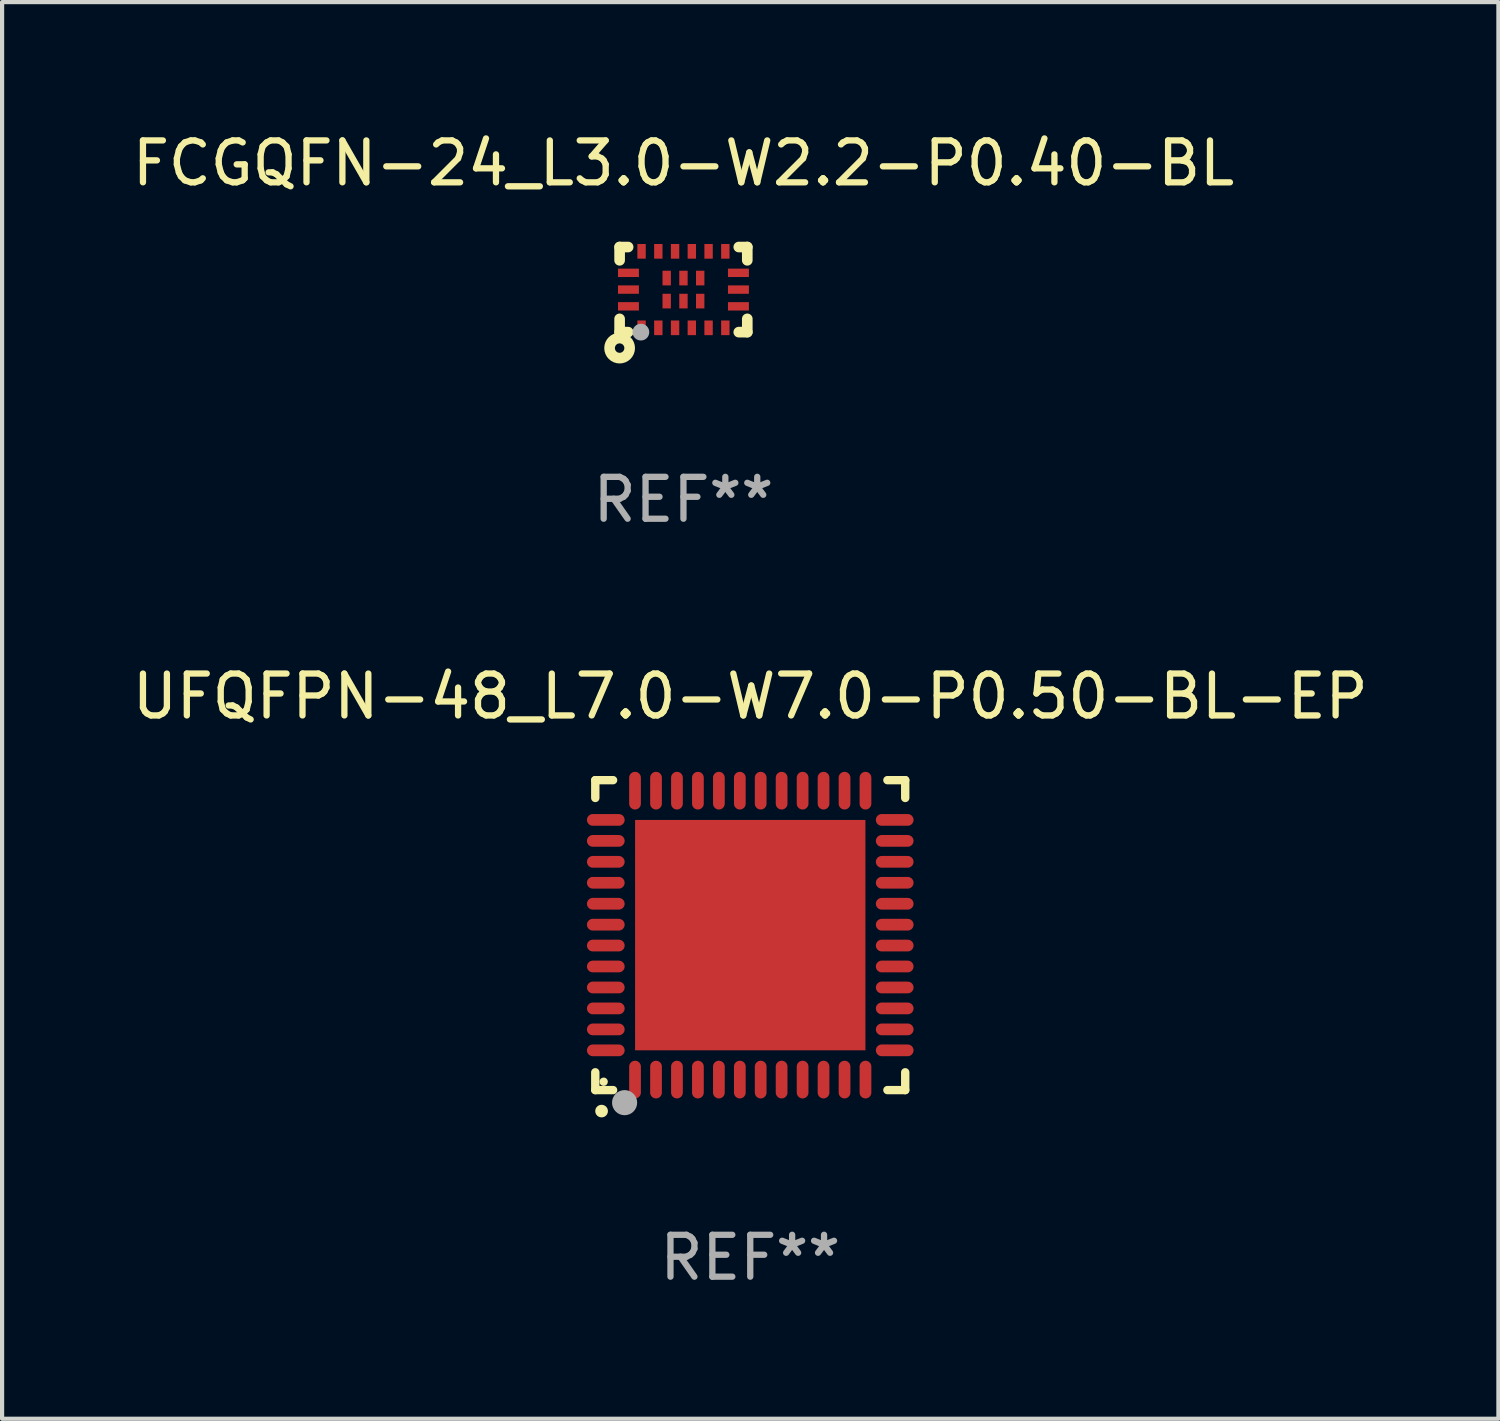
<source format=kicad_pcb>
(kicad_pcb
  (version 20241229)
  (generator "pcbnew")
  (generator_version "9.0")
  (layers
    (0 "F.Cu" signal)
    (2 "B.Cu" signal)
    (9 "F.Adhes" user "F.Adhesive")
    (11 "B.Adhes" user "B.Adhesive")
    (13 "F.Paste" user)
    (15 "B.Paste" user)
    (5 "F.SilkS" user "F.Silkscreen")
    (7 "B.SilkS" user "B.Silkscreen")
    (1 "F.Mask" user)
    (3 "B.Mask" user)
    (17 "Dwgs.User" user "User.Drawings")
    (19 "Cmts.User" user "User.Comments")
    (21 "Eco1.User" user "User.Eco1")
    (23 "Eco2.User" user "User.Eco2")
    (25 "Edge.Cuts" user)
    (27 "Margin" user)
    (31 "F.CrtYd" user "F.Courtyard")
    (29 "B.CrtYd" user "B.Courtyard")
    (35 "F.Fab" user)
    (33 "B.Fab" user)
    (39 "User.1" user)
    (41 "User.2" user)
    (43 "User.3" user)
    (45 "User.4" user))
  (footprint "UFQFPN-48_L7.0-W7.0-P0.50-BL-EP"
    (layer "F.Cu")
    (at 14.863 19.277)
    (property "Reference" "UFQFPN-48_L7.0-W7.0-P0.50-BL-EP" (at 0 -5.7 0) (layer "F.SilkS") (effects (font (size 1 1) (thickness 0.15))))
    (attr through_hole)
    (fp_line (start -3.7 -3.7) (end -3.275 -3.7) (stroke (width 0.2) (type solid)) (layer "F.SilkS"))
    (fp_line (start -3.7 -3.275) (end -3.7 -3.7) (stroke (width 0.2) (type solid)) (layer "F.SilkS"))
    (fp_line (start -3.7 3.7) (end -3.7 3.275) (stroke (width 0.2) (type solid)) (layer "F.SilkS"))
    (fp_line (start -3.275 3.7) (end -3.7 3.7) (stroke (width 0.2) (type solid)) (layer "F.SilkS"))
    (fp_line (start 3.7 -3.7) (end 3.275 -3.7) (stroke (width 0.2) (type solid)) (layer "F.SilkS"))
    (fp_line (start 3.7 -3.275) (end 3.7 -3.7) (stroke (width 0.2) (type solid)) (layer "F.SilkS"))
    (fp_line (start 3.7 3.275) (end 3.7 3.7) (stroke (width 0.2) (type solid)) (layer "F.SilkS"))
    (fp_line (start 3.7 3.7) (end 3.275 3.7) (stroke (width 0.2) (type solid)) (layer "F.SilkS"))
    (fp_arc (start -3.550927 4.201168) (mid -3.549657 4.201163) (end -3.548387 4.201168) (stroke (width 0.3) (type solid)) (layer "F.SilkS"))
    (fp_circle (center -3.5 3.5) (end -3.45 3.5) (stroke (width 0.1) (type solid)) (fill no) (layer "F.SilkS"))
    (fp_circle (center -3 4) (end -2.85 4) (stroke (width 0.3) (type solid)) (fill no) (layer "F.Fab"))
    (fp_text user "REF**" (at 0 7.7 0) (layer "F.Fab") (effects (font (size 1 1) (thickness 0.15))))
    (pad "1" smd oval (at -2.751 3.449) (size 0.28 0.9) (layers "F.Cu" "F.Mask" "F.Paste"))
    (pad "2" smd oval (at -2.25 3.449) (size 0.28 0.9) (layers "F.Cu" "F.Mask" "F.Paste"))
    (pad "3" smd oval (at -1.75 3.449) (size 0.28 0.9) (layers "F.Cu" "F.Mask" "F.Paste"))
    (pad "4" smd oval (at -1.25 3.449) (size 0.28 0.9) (layers "F.Cu" "F.Mask" "F.Paste"))
    (pad "5" smd oval (at -0.749 3.449) (size 0.28 0.9) (layers "F.Cu" "F.Mask" "F.Paste"))
    (pad "6" smd oval (at -0.249 3.449) (size 0.28 0.9) (layers "F.Cu" "F.Mask" "F.Paste"))
    (pad "7" smd oval (at 0.249 3.449) (size 0.28 0.9) (layers "F.Cu" "F.Mask" "F.Paste"))
    (pad "8" smd oval (at 0.749 3.449) (size 0.28 0.9) (layers "F.Cu" "F.Mask" "F.Paste"))
    (pad "9" smd oval (at 1.25 3.449) (size 0.28 0.9) (layers "F.Cu" "F.Mask" "F.Paste"))
    (pad "10" smd oval (at 1.75 3.449) (size 0.28 0.9) (layers "F.Cu" "F.Mask" "F.Paste"))
    (pad "11" smd oval (at 2.251 3.449) (size 0.28 0.9) (layers "F.Cu" "F.Mask" "F.Paste"))
    (pad "12" smd oval (at 2.751 3.449) (size 0.28 0.9) (layers "F.Cu" "F.Mask" "F.Paste"))
    (pad "13" smd oval (at 3.449 2.751) (size 0.9 0.28) (layers "F.Cu" "F.Mask" "F.Paste"))
    (pad "14" smd oval (at 3.449 2.251) (size 0.9 0.28) (layers "F.Cu" "F.Mask" "F.Paste"))
    (pad "15" smd oval (at 3.449 1.75) (size 0.9 0.28) (layers "F.Cu" "F.Mask" "F.Paste"))
    (pad "16" smd oval (at 3.449 1.25) (size 0.9 0.28) (layers "F.Cu" "F.Mask" "F.Paste"))
    (pad "17" smd oval (at 3.449 0.749) (size 0.9 0.28) (layers "F.Cu" "F.Mask" "F.Paste"))
    (pad "18" smd oval (at 3.449 0.249) (size 0.9 0.28) (layers "F.Cu" "F.Mask" "F.Paste"))
    (pad "19" smd oval (at 3.449 -0.249) (size 0.9 0.28) (layers "F.Cu" "F.Mask" "F.Paste"))
    (pad "20" smd oval (at 3.449 -0.749) (size 0.9 0.28) (layers "F.Cu" "F.Mask" "F.Paste"))
    (pad "21" smd oval (at 3.449 -1.25) (size 0.9 0.28) (layers "F.Cu" "F.Mask" "F.Paste"))
    (pad "22" smd oval (at 3.449 -1.75) (size 0.9 0.28) (layers "F.Cu" "F.Mask" "F.Paste"))
    (pad "23" smd oval (at 3.449 -2.25) (size 0.9 0.28) (layers "F.Cu" "F.Mask" "F.Paste"))
    (pad "24" smd oval (at 3.449 -2.751) (size 0.9 0.28) (layers "F.Cu" "F.Mask" "F.Paste"))
    (pad "25" smd oval (at 2.751 -3.449) (size 0.28 0.9) (layers "F.Cu" "F.Mask" "F.Paste"))
    (pad "26" smd oval (at 2.251 -3.449) (size 0.28 0.9) (layers "F.Cu" "F.Mask" "F.Paste"))
    (pad "27" smd oval (at 1.75 -3.449) (size 0.28 0.9) (layers "F.Cu" "F.Mask" "F.Paste"))
    (pad "28" smd oval (at 1.25 -3.449) (size 0.28 0.9) (layers "F.Cu" "F.Mask" "F.Paste"))
    (pad "29" smd oval (at 0.749 -3.449) (size 0.28 0.9) (layers "F.Cu" "F.Mask" "F.Paste"))
    (pad "30" smd oval (at 0.249 -3.449) (size 0.28 0.9) (layers "F.Cu" "F.Mask" "F.Paste"))
    (pad "31" smd oval (at -0.249 -3.449) (size 0.28 0.9) (layers "F.Cu" "F.Mask" "F.Paste"))
    (pad "32" smd oval (at -0.749 -3.449) (size 0.28 0.9) (layers "F.Cu" "F.Mask" "F.Paste"))
    (pad "33" smd oval (at -1.25 -3.449) (size 0.28 0.9) (layers "F.Cu" "F.Mask" "F.Paste"))
    (pad "34" smd oval (at -1.75 -3.449) (size 0.28 0.9) (layers "F.Cu" "F.Mask" "F.Paste"))
    (pad "35" smd oval (at -2.25 -3.449) (size 0.28 0.9) (layers "F.Cu" "F.Mask" "F.Paste"))
    (pad "36" smd oval (at -2.751 -3.449) (size 0.28 0.9) (layers "F.Cu" "F.Mask" "F.Paste"))
    (pad "37" smd oval (at -3.449 -2.751) (size 0.9 0.28) (layers "F.Cu" "F.Mask" "F.Paste"))
    (pad "38" smd oval (at -3.449 -2.25) (size 0.9 0.28) (layers "F.Cu" "F.Mask" "F.Paste"))
    (pad "39" smd oval (at -3.449 -1.75) (size 0.9 0.28) (layers "F.Cu" "F.Mask" "F.Paste"))
    (pad "40" smd oval (at -3.449 -1.25) (size 0.9 0.28) (layers "F.Cu" "F.Mask" "F.Paste"))
    (pad "41" smd oval (at -3.449 -0.749) (size 0.9 0.28) (layers "F.Cu" "F.Mask" "F.Paste"))
    (pad "42" smd oval (at -3.449 -0.249) (size 0.9 0.28) (layers "F.Cu" "F.Mask" "F.Paste"))
    (pad "43" smd oval (at -3.449 0.249) (size 0.9 0.28) (layers "F.Cu" "F.Mask" "F.Paste"))
    (pad "44" smd oval (at -3.449 0.749) (size 0.9 0.28) (layers "F.Cu" "F.Mask" "F.Paste"))
    (pad "45" smd oval (at -3.449 1.25) (size 0.9 0.28) (layers "F.Cu" "F.Mask" "F.Paste"))
    (pad "46" smd oval (at -3.449 1.75) (size 0.9 0.28) (layers "F.Cu" "F.Mask" "F.Paste"))
    (pad "47" smd oval (at -3.449 2.251) (size 0.9 0.28) (layers "F.Cu" "F.Mask" "F.Paste"))
    (pad "48" smd oval (at -3.449 2.751) (size 0.9 0.28) (layers "F.Cu" "F.Mask" "F.Paste"))
    (pad "49" smd rect (at 0.000076 0.000076) (size 5.5 5.5) (layers "F.Cu" "F.Mask" "F.Paste")))
  (footprint "FCGQFN-24_L3.0-W2.2-P0.40-BL"
    (layer "F.Cu")
    (at 13.268 3.864)
    (property "Reference" "FCGQFN-24_L3.0-W2.2-P0.40-BL" (at 0 -3.016 0) (layer "F.SilkS") (effects (font (size 1 1) (thickness 0.15))))
    (attr through_hole)
    (fp_line (start -1.524 -1.016) (end -1.524 -0.699) (stroke (width 0.254) (type solid)) (layer "F.SilkS"))
    (fp_line (start -1.524 0.699) (end -1.524 1.016) (stroke (width 0.254) (type solid)) (layer "F.SilkS"))
    (fp_line (start -1.524 1.016) (end -1.321 1.016) (stroke (width 0.254) (type solid)) (layer "F.SilkS"))
    (fp_line (start -1.321 -1.016) (end -1.524 -1.016) (stroke (width 0.254) (type solid)) (layer "F.SilkS"))
    (fp_line (start 1.321 1.016) (end 1.524 1.016) (stroke (width 0.254) (type solid)) (layer "F.SilkS"))
    (fp_line (start 1.524 -1.016) (end 1.321 -1.016) (stroke (width 0.254) (type solid)) (layer "F.SilkS"))
    (fp_line (start 1.524 -0.699) (end 1.524 -1.016) (stroke (width 0.254) (type solid)) (layer "F.SilkS"))
    (fp_line (start 1.524 1.016) (end 1.524 0.699) (stroke (width 0.254) (type solid)) (layer "F.SilkS"))
    (fp_circle (center -1.524 1.397) (end -1.411 1.397) (stroke (width 0.254) (type solid)) (fill no) (layer "F.SilkS"))
    (fp_circle (center -1.5 1.1) (end -1.47 1.1) (stroke (width 0.06) (type solid)) (fill no) (layer "F.SilkS"))
    (fp_circle (center -1.016 1.016) (end -0.916 1.016) (stroke (width 0.2) (type solid)) (fill no) (layer "F.Fab"))
    (fp_text user "REF**" (at 0 5.016 0) (layer "F.Fab") (effects (font (size 1 1) (thickness 0.15))))
    (pad "1" smd rect (at -1 0.913 90) (size 0.35 0.2) (layers "F.Cu" "F.Mask" "F.Paste"))
    (pad "2" smd rect (at -0.6 0.913 90) (size 0.35 0.2) (layers "F.Cu" "F.Mask" "F.Paste"))
    (pad "3" smd rect (at -0.2 0.913 90) (size 0.35 0.2) (layers "F.Cu" "F.Mask" "F.Paste"))
    (pad "4" smd rect (at 0.2 0.913 90) (size 0.35 0.2) (layers "F.Cu" "F.Mask" "F.Paste"))
    (pad "5" smd rect (at 0.6 0.913 90) (size 0.35 0.2) (layers "F.Cu" "F.Mask" "F.Paste"))
    (pad "6" smd rect (at 1 0.913 90) (size 0.35 0.2) (layers "F.Cu" "F.Mask" "F.Paste"))
    (pad "7" smd rect (at 1.313 0.4 180) (size 0.5 0.2) (layers "F.Cu" "F.Mask" "F.Paste"))
    (pad "8" smd rect (at 1.313 0 180) (size 0.5 0.2) (layers "F.Cu" "F.Mask" "F.Paste"))
    (pad "9" smd rect (at 1.313 -0.4 180) (size 0.5 0.2) (layers "F.Cu" "F.Mask" "F.Paste"))
    (pad "10" smd rect (at 1 -0.913 270) (size 0.35 0.2) (layers "F.Cu" "F.Mask" "F.Paste"))
    (pad "11" smd rect (at 0.6 -0.913 270) (size 0.35 0.2) (layers "F.Cu" "F.Mask" "F.Paste"))
    (pad "12" smd rect (at 0.2 -0.913 270) (size 0.35 0.2) (layers "F.Cu" "F.Mask" "F.Paste"))
    (pad "13" smd rect (at -0.2 -0.913 270) (size 0.35 0.2) (layers "F.Cu" "F.Mask" "F.Paste"))
    (pad "14" smd rect (at -0.6 -0.913 270) (size 0.35 0.2) (layers "F.Cu" "F.Mask" "F.Paste"))
    (pad "15" smd rect (at -1 -0.913 270) (size 0.35 0.2) (layers "F.Cu" "F.Mask" "F.Paste"))
    (pad "16" smd rect (at -1.313 -0.4) (size 0.5 0.2) (layers "F.Cu" "F.Mask" "F.Paste"))
    (pad "17" smd rect (at -1.313 0) (size 0.5 0.2) (layers "F.Cu" "F.Mask" "F.Paste"))
    (pad "18" smd rect (at -1.313 0.4) (size 0.5 0.2) (layers "F.Cu" "F.Mask" "F.Paste"))
    (pad "19" smd rect (at -0.4 0.275) (size 0.2 0.35) (layers "F.Cu" "F.Mask" "F.Paste"))
    (pad "20" smd rect (at 0.000076 0.275) (size 0.2 0.35) (layers "F.Cu" "F.Mask" "F.Paste"))
    (pad "21" smd rect (at 0.4 0.275) (size 0.2 0.35) (layers "F.Cu" "F.Mask" "F.Paste"))
    (pad "22" smd rect (at 0.4 -0.275) (size 0.2 0.35) (layers "F.Cu" "F.Mask" "F.Paste"))
    (pad "23" smd rect (at 0.000076 -0.275) (size 0.2 0.35) (layers "F.Cu" "F.Mask" "F.Paste"))
    (pad "24" smd rect (at -0.4 -0.275) (size 0.2 0.35) (layers "F.Cu" "F.Mask" "F.Paste")))
  (gr_rect
    (start -3 -3)
    (end 32.726 30.825)
    (stroke (width 0.1) (type default))
    (fill no)
    (layer "Edge.Cuts")))
</source>
